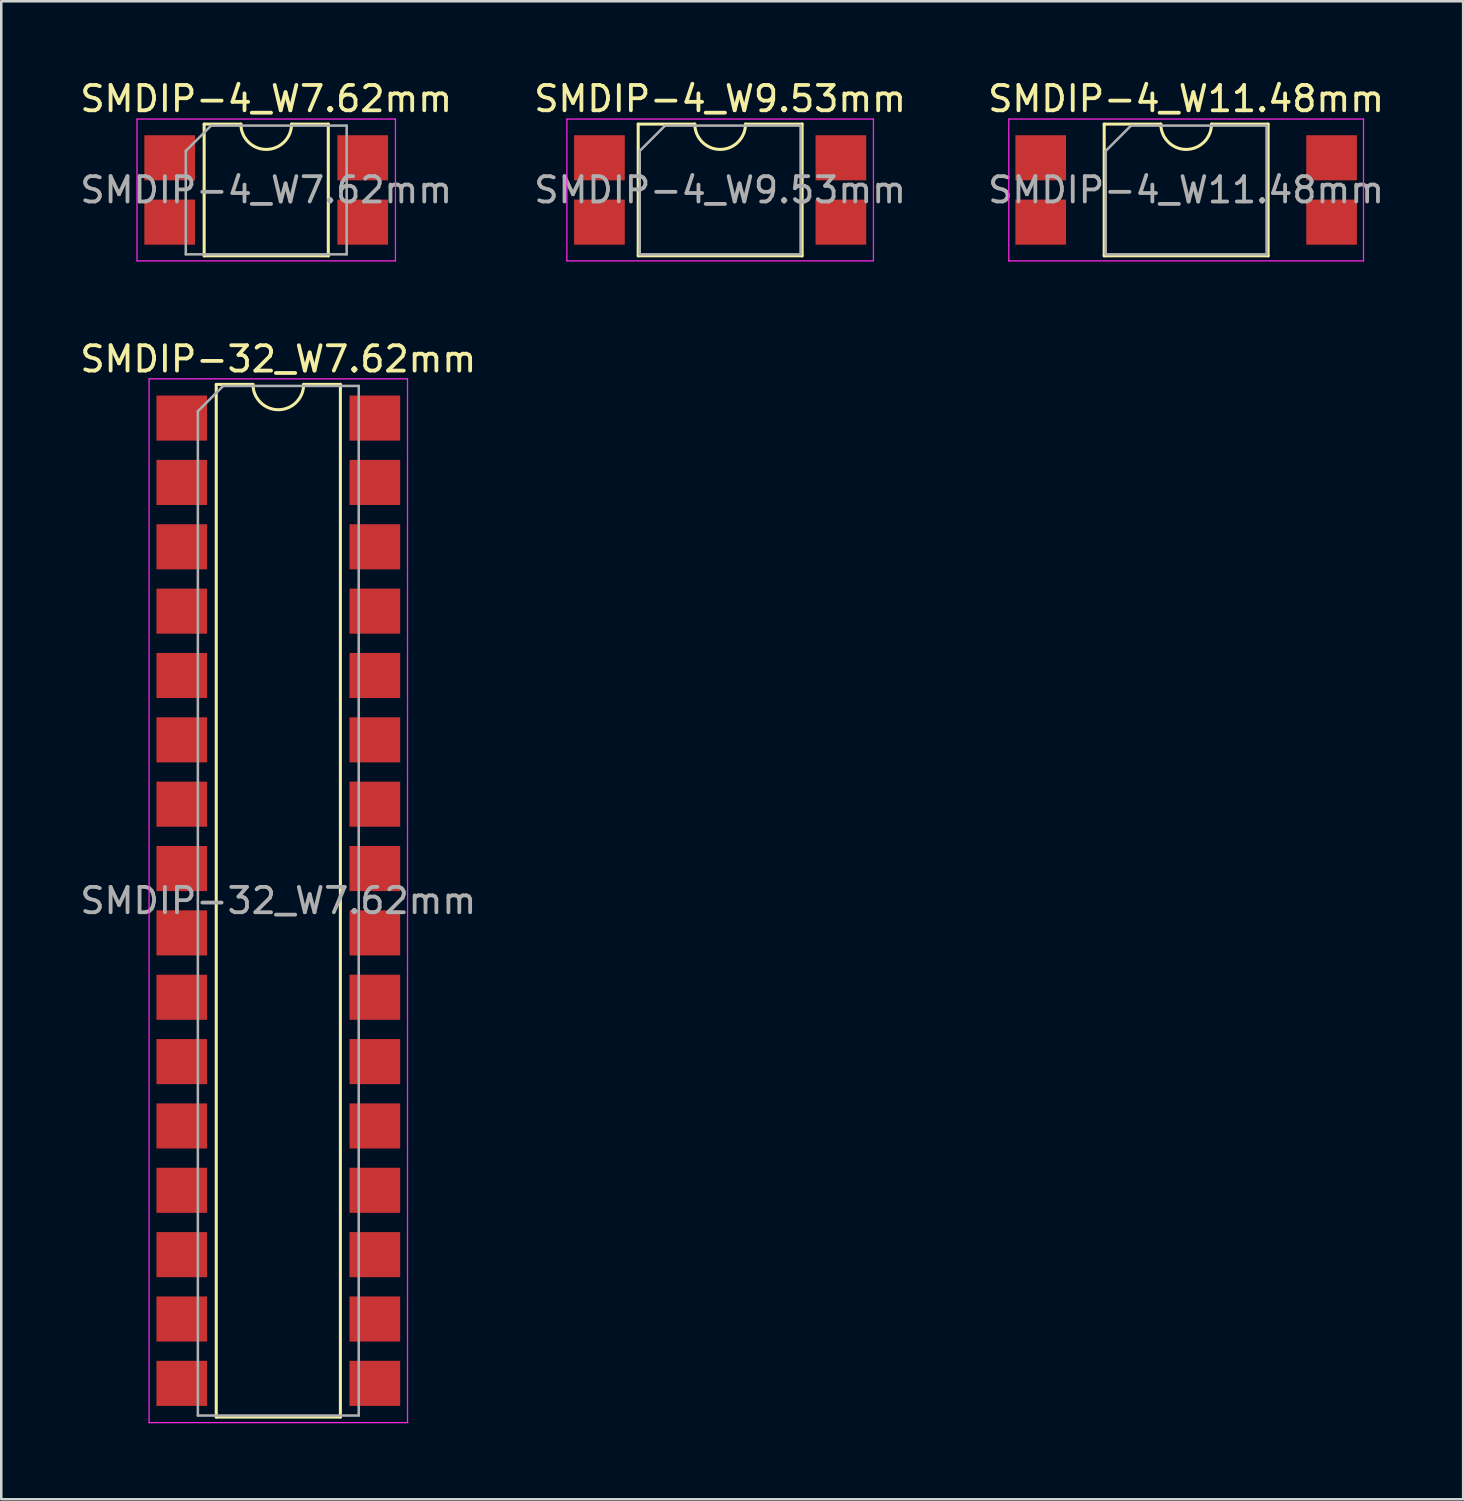
<source format=kicad_pcb>
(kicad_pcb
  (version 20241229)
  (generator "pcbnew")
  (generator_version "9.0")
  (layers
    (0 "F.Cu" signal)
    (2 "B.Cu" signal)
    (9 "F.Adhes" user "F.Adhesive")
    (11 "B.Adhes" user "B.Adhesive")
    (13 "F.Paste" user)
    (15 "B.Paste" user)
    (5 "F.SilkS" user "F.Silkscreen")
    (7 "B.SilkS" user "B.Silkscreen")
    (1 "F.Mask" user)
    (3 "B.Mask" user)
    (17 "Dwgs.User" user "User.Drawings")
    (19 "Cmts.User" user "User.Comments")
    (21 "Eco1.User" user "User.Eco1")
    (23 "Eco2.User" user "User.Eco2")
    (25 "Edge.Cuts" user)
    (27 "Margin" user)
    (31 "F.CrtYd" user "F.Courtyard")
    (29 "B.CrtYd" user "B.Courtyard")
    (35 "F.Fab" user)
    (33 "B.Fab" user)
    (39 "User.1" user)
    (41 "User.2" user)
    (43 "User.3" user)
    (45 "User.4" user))
  (footprint "SMDIP-4_W9.53mm"
    (layer "F.Cu")
    (at 25.375 4.448)
    (property "Reference" "SMDIP-4_W9.53mm" (at 0 -3.6 0) (layer "F.SilkS") (effects (font (size 1 1) (thickness 0.15))))
    (attr smd)
    (fp_line (start -3.235 -2.6) (end -3.235 2.6) (stroke (width 0.12) (type solid)) (layer "F.SilkS"))
    (fp_line (start -3.235 2.6) (end 3.235 2.6) (stroke (width 0.12) (type solid)) (layer "F.SilkS"))
    (fp_line (start -1 -2.6) (end -3.235 -2.6) (stroke (width 0.12) (type solid)) (layer "F.SilkS"))
    (fp_line (start 3.235 -2.6) (end 1 -2.6) (stroke (width 0.12) (type solid)) (layer "F.SilkS"))
    (fp_line (start 3.235 2.6) (end 3.235 -2.6) (stroke (width 0.12) (type solid)) (layer "F.SilkS"))
    (fp_arc (start 1 -2.6) (mid 0 -1.6) (end -1 -2.6) (stroke (width 0.12) (type solid)) (layer "F.SilkS"))
    (fp_line (start -6.05 -2.8) (end -6.05 2.8) (stroke (width 0.05) (type solid)) (layer "F.CrtYd"))
    (fp_line (start -6.05 2.8) (end 6.05 2.8) (stroke (width 0.05) (type solid)) (layer "F.CrtYd"))
    (fp_line (start 6.05 -2.8) (end -6.05 -2.8) (stroke (width 0.05) (type solid)) (layer "F.CrtYd"))
    (fp_line (start 6.05 2.8) (end 6.05 -2.8) (stroke (width 0.05) (type solid)) (layer "F.CrtYd"))
    (fp_line (start -3.175 -1.54) (end -2.175 -2.54) (stroke (width 0.1) (type solid)) (layer "F.Fab"))
    (fp_line (start -3.175 2.54) (end -3.175 -1.54) (stroke (width 0.1) (type solid)) (layer "F.Fab"))
    (fp_line (start -2.175 -2.54) (end 3.175 -2.54) (stroke (width 0.1) (type solid)) (layer "F.Fab"))
    (fp_line (start 3.175 -2.54) (end 3.175 2.54) (stroke (width 0.1) (type solid)) (layer "F.Fab"))
    (fp_line (start 3.175 2.54) (end -3.175 2.54) (stroke (width 0.1) (type solid)) (layer "F.Fab"))
    (fp_text user "${REFERENCE}" (at 0 0 0) (layer "F.Fab") (effects (font (size 1 1) (thickness 0.15))))
    (pad "1" smd rect (at -4.765 -1.27) (size 2 1.78) (layers "F.Cu" "F.Mask" "F.Paste"))
    (pad "2" smd rect (at -4.765 1.27) (size 2 1.78) (layers "F.Cu" "F.Mask" "F.Paste"))
    (pad "3" smd rect (at 4.765 1.27) (size 2 1.78) (layers "F.Cu" "F.Mask" "F.Paste"))
    (pad "4" smd rect (at 4.765 -1.27) (size 2 1.78) (layers "F.Cu" "F.Mask" "F.Paste")))
  (footprint "SMDIP-4_W7.62mm"
    (layer "F.Cu")
    (at 7.458 4.448)
    (property "Reference" "SMDIP-4_W7.62mm" (at 0 -3.6 0) (layer "F.SilkS") (effects (font (size 1 1) (thickness 0.15))))
    (attr smd)
    (fp_line (start -2.45 -2.6) (end -2.45 2.6) (stroke (width 0.12) (type solid)) (layer "F.SilkS"))
    (fp_line (start -2.45 2.6) (end 2.45 2.6) (stroke (width 0.12) (type solid)) (layer "F.SilkS"))
    (fp_line (start -1 -2.6) (end -2.45 -2.6) (stroke (width 0.12) (type solid)) (layer "F.SilkS"))
    (fp_line (start 2.45 -2.6) (end 1 -2.6) (stroke (width 0.12) (type solid)) (layer "F.SilkS"))
    (fp_line (start 2.45 2.6) (end 2.45 -2.6) (stroke (width 0.12) (type solid)) (layer "F.SilkS"))
    (fp_arc (start 1 -2.6) (mid 0 -1.6) (end -1 -2.6) (stroke (width 0.12) (type solid)) (layer "F.SilkS"))
    (fp_line (start -5.1 -2.8) (end -5.1 2.8) (stroke (width 0.05) (type solid)) (layer "F.CrtYd"))
    (fp_line (start -5.1 2.8) (end 5.1 2.8) (stroke (width 0.05) (type solid)) (layer "F.CrtYd"))
    (fp_line (start 5.1 -2.8) (end -5.1 -2.8) (stroke (width 0.05) (type solid)) (layer "F.CrtYd"))
    (fp_line (start 5.1 2.8) (end 5.1 -2.8) (stroke (width 0.05) (type solid)) (layer "F.CrtYd"))
    (fp_line (start -3.175 -1.54) (end -2.175 -2.54) (stroke (width 0.1) (type solid)) (layer "F.Fab"))
    (fp_line (start -3.175 2.54) (end -3.175 -1.54) (stroke (width 0.1) (type solid)) (layer "F.Fab"))
    (fp_line (start -2.175 -2.54) (end 3.175 -2.54) (stroke (width 0.1) (type solid)) (layer "F.Fab"))
    (fp_line (start 3.175 -2.54) (end 3.175 2.54) (stroke (width 0.1) (type solid)) (layer "F.Fab"))
    (fp_line (start 3.175 2.54) (end -3.175 2.54) (stroke (width 0.1) (type solid)) (layer "F.Fab"))
    (fp_text user "${REFERENCE}" (at 0 0 0) (layer "F.Fab") (effects (font (size 1 1) (thickness 0.15))))
    (pad "1" smd rect (at -3.81 -1.27) (size 2 1.78) (layers "F.Cu" "F.Mask" "F.Paste"))
    (pad "2" smd rect (at -3.81 1.27) (size 2 1.78) (layers "F.Cu" "F.Mask" "F.Paste"))
    (pad "3" smd rect (at 3.81 1.27) (size 2 1.78) (layers "F.Cu" "F.Mask" "F.Paste"))
    (pad "4" smd rect (at 3.81 -1.27) (size 2 1.78) (layers "F.Cu" "F.Mask" "F.Paste")))
  (footprint "SMDIP-4_W11.48mm"
    (layer "F.Cu")
    (at 43.768 4.448)
    (property "Reference" "SMDIP-4_W11.48mm" (at 0 -3.6 0) (layer "F.SilkS") (effects (font (size 1 1) (thickness 0.15))))
    (attr smd)
    (fp_line (start -3.235 -2.6) (end -3.235 2.6) (stroke (width 0.12) (type solid)) (layer "F.SilkS"))
    (fp_line (start -3.235 2.6) (end 3.235 2.6) (stroke (width 0.12) (type solid)) (layer "F.SilkS"))
    (fp_line (start -1 -2.6) (end -3.235 -2.6) (stroke (width 0.12) (type solid)) (layer "F.SilkS"))
    (fp_line (start 3.235 -2.6) (end 1 -2.6) (stroke (width 0.12) (type solid)) (layer "F.SilkS"))
    (fp_line (start 3.235 2.6) (end 3.235 -2.6) (stroke (width 0.12) (type solid)) (layer "F.SilkS"))
    (fp_arc (start 1 -2.6) (mid 0 -1.6) (end -1 -2.6) (stroke (width 0.12) (type solid)) (layer "F.SilkS"))
    (fp_line (start -7 -2.8) (end -7 2.8) (stroke (width 0.05) (type solid)) (layer "F.CrtYd"))
    (fp_line (start -7 2.8) (end 7 2.8) (stroke (width 0.05) (type solid)) (layer "F.CrtYd"))
    (fp_line (start 7 -2.8) (end -7 -2.8) (stroke (width 0.05) (type solid)) (layer "F.CrtYd"))
    (fp_line (start 7 2.8) (end 7 -2.8) (stroke (width 0.05) (type solid)) (layer "F.CrtYd"))
    (fp_line (start -3.175 -1.54) (end -2.175 -2.54) (stroke (width 0.1) (type solid)) (layer "F.Fab"))
    (fp_line (start -3.175 2.54) (end -3.175 -1.54) (stroke (width 0.1) (type solid)) (layer "F.Fab"))
    (fp_line (start -2.175 -2.54) (end 3.175 -2.54) (stroke (width 0.1) (type solid)) (layer "F.Fab"))
    (fp_line (start 3.175 -2.54) (end 3.175 2.54) (stroke (width 0.1) (type solid)) (layer "F.Fab"))
    (fp_line (start 3.175 2.54) (end -3.175 2.54) (stroke (width 0.1) (type solid)) (layer "F.Fab"))
    (fp_text user "${REFERENCE}" (at 0 0 0) (layer "F.Fab") (effects (font (size 1 1) (thickness 0.15))))
    (pad "1" smd rect (at -5.74 -1.27) (size 2 1.78) (layers "F.Cu" "F.Mask" "F.Paste"))
    (pad "2" smd rect (at -5.74 1.27) (size 2 1.78) (layers "F.Cu" "F.Mask" "F.Paste"))
    (pad "3" smd rect (at 5.74 1.27) (size 2 1.78) (layers "F.Cu" "F.Mask" "F.Paste"))
    (pad "4" smd rect (at 5.74 -1.27) (size 2 1.78) (layers "F.Cu" "F.Mask" "F.Paste")))
  (footprint "SMDIP-32_W7.62mm"
    (layer "F.Cu")
    (at 7.935 32.502)
    (property "Reference" "SMDIP-32_W7.62mm" (at 0 -21.38 0) (layer "F.SilkS") (effects (font (size 1 1) (thickness 0.15))))
    (attr smd)
    (fp_line (start -2.45 -20.38) (end -2.45 20.38) (stroke (width 0.12) (type solid)) (layer "F.SilkS"))
    (fp_line (start -2.45 20.38) (end 2.45 20.38) (stroke (width 0.12) (type solid)) (layer "F.SilkS"))
    (fp_line (start -1 -20.38) (end -2.45 -20.38) (stroke (width 0.12) (type solid)) (layer "F.SilkS"))
    (fp_line (start 2.45 -20.38) (end 1 -20.38) (stroke (width 0.12) (type solid)) (layer "F.SilkS"))
    (fp_line (start 2.45 20.38) (end 2.45 -20.38) (stroke (width 0.12) (type solid)) (layer "F.SilkS"))
    (fp_arc (start 1 -20.38) (mid 0 -19.38) (end -1 -20.38) (stroke (width 0.12) (type solid)) (layer "F.SilkS"))
    (fp_line (start -5.1 -20.6) (end -5.1 20.6) (stroke (width 0.05) (type solid)) (layer "F.CrtYd"))
    (fp_line (start -5.1 20.6) (end 5.1 20.6) (stroke (width 0.05) (type solid)) (layer "F.CrtYd"))
    (fp_line (start 5.1 -20.6) (end -5.1 -20.6) (stroke (width 0.05) (type solid)) (layer "F.CrtYd"))
    (fp_line (start 5.1 20.6) (end 5.1 -20.6) (stroke (width 0.05) (type solid)) (layer "F.CrtYd"))
    (fp_line (start -3.175 -19.32) (end -2.175 -20.32) (stroke (width 0.1) (type solid)) (layer "F.Fab"))
    (fp_line (start -3.175 20.32) (end -3.175 -19.32) (stroke (width 0.1) (type solid)) (layer "F.Fab"))
    (fp_line (start -2.175 -20.32) (end 3.175 -20.32) (stroke (width 0.1) (type solid)) (layer "F.Fab"))
    (fp_line (start 3.175 -20.32) (end 3.175 20.32) (stroke (width 0.1) (type solid)) (layer "F.Fab"))
    (fp_line (start 3.175 20.32) (end -3.175 20.32) (stroke (width 0.1) (type solid)) (layer "F.Fab"))
    (fp_text user "${REFERENCE}" (at 0 0 0) (layer "F.Fab") (effects (font (size 1 1) (thickness 0.15))))
    (pad "1" smd rect (at -3.81 -19.05) (size 2 1.78) (layers "F.Cu" "F.Mask" "F.Paste"))
    (pad "2" smd rect (at -3.81 -16.51) (size 2 1.78) (layers "F.Cu" "F.Mask" "F.Paste"))
    (pad "3" smd rect (at -3.81 -13.97) (size 2 1.78) (layers "F.Cu" "F.Mask" "F.Paste"))
    (pad "4" smd rect (at -3.81 -11.43) (size 2 1.78) (layers "F.Cu" "F.Mask" "F.Paste"))
    (pad "5" smd rect (at -3.81 -8.89) (size 2 1.78) (layers "F.Cu" "F.Mask" "F.Paste"))
    (pad "6" smd rect (at -3.81 -6.35) (size 2 1.78) (layers "F.Cu" "F.Mask" "F.Paste"))
    (pad "7" smd rect (at -3.81 -3.81) (size 2 1.78) (layers "F.Cu" "F.Mask" "F.Paste"))
    (pad "8" smd rect (at -3.81 -1.27) (size 2 1.78) (layers "F.Cu" "F.Mask" "F.Paste"))
    (pad "9" smd rect (at -3.81 1.27) (size 2 1.78) (layers "F.Cu" "F.Mask" "F.Paste"))
    (pad "10" smd rect (at -3.81 3.81) (size 2 1.78) (layers "F.Cu" "F.Mask" "F.Paste"))
    (pad "11" smd rect (at -3.81 6.35) (size 2 1.78) (layers "F.Cu" "F.Mask" "F.Paste"))
    (pad "12" smd rect (at -3.81 8.89) (size 2 1.78) (layers "F.Cu" "F.Mask" "F.Paste"))
    (pad "13" smd rect (at -3.81 11.43) (size 2 1.78) (layers "F.Cu" "F.Mask" "F.Paste"))
    (pad "14" smd rect (at -3.81 13.97) (size 2 1.78) (layers "F.Cu" "F.Mask" "F.Paste"))
    (pad "15" smd rect (at -3.81 16.51) (size 2 1.78) (layers "F.Cu" "F.Mask" "F.Paste"))
    (pad "16" smd rect (at -3.81 19.05) (size 2 1.78) (layers "F.Cu" "F.Mask" "F.Paste"))
    (pad "17" smd rect (at 3.81 19.05) (size 2 1.78) (layers "F.Cu" "F.Mask" "F.Paste"))
    (pad "18" smd rect (at 3.81 16.51) (size 2 1.78) (layers "F.Cu" "F.Mask" "F.Paste"))
    (pad "19" smd rect (at 3.81 13.97) (size 2 1.78) (layers "F.Cu" "F.Mask" "F.Paste"))
    (pad "20" smd rect (at 3.81 11.43) (size 2 1.78) (layers "F.Cu" "F.Mask" "F.Paste"))
    (pad "21" smd rect (at 3.81 8.89) (size 2 1.78) (layers "F.Cu" "F.Mask" "F.Paste"))
    (pad "22" smd rect (at 3.81 6.35) (size 2 1.78) (layers "F.Cu" "F.Mask" "F.Paste"))
    (pad "23" smd rect (at 3.81 3.81) (size 2 1.78) (layers "F.Cu" "F.Mask" "F.Paste"))
    (pad "24" smd rect (at 3.81 1.27) (size 2 1.78) (layers "F.Cu" "F.Mask" "F.Paste"))
    (pad "25" smd rect (at 3.81 -1.27) (size 2 1.78) (layers "F.Cu" "F.Mask" "F.Paste"))
    (pad "26" smd rect (at 3.81 -3.81) (size 2 1.78) (layers "F.Cu" "F.Mask" "F.Paste"))
    (pad "27" smd rect (at 3.81 -6.35) (size 2 1.78) (layers "F.Cu" "F.Mask" "F.Paste"))
    (pad "28" smd rect (at 3.81 -8.89) (size 2 1.78) (layers "F.Cu" "F.Mask" "F.Paste"))
    (pad "29" smd rect (at 3.81 -11.43) (size 2 1.78) (layers "F.Cu" "F.Mask" "F.Paste"))
    (pad "30" smd rect (at 3.81 -13.97) (size 2 1.78) (layers "F.Cu" "F.Mask" "F.Paste"))
    (pad "31" smd rect (at 3.81 -16.51) (size 2 1.78) (layers "F.Cu" "F.Mask" "F.Paste"))
    (pad "32" smd rect (at 3.81 -19.05) (size 2 1.78) (layers "F.Cu" "F.Mask" "F.Paste")))
  (gr_rect
    (start -3 -3)
    (end 54.702 56.127)
    (stroke (width 0.1) (type default))
    (fill no)
    (layer "Edge.Cuts")))
</source>
